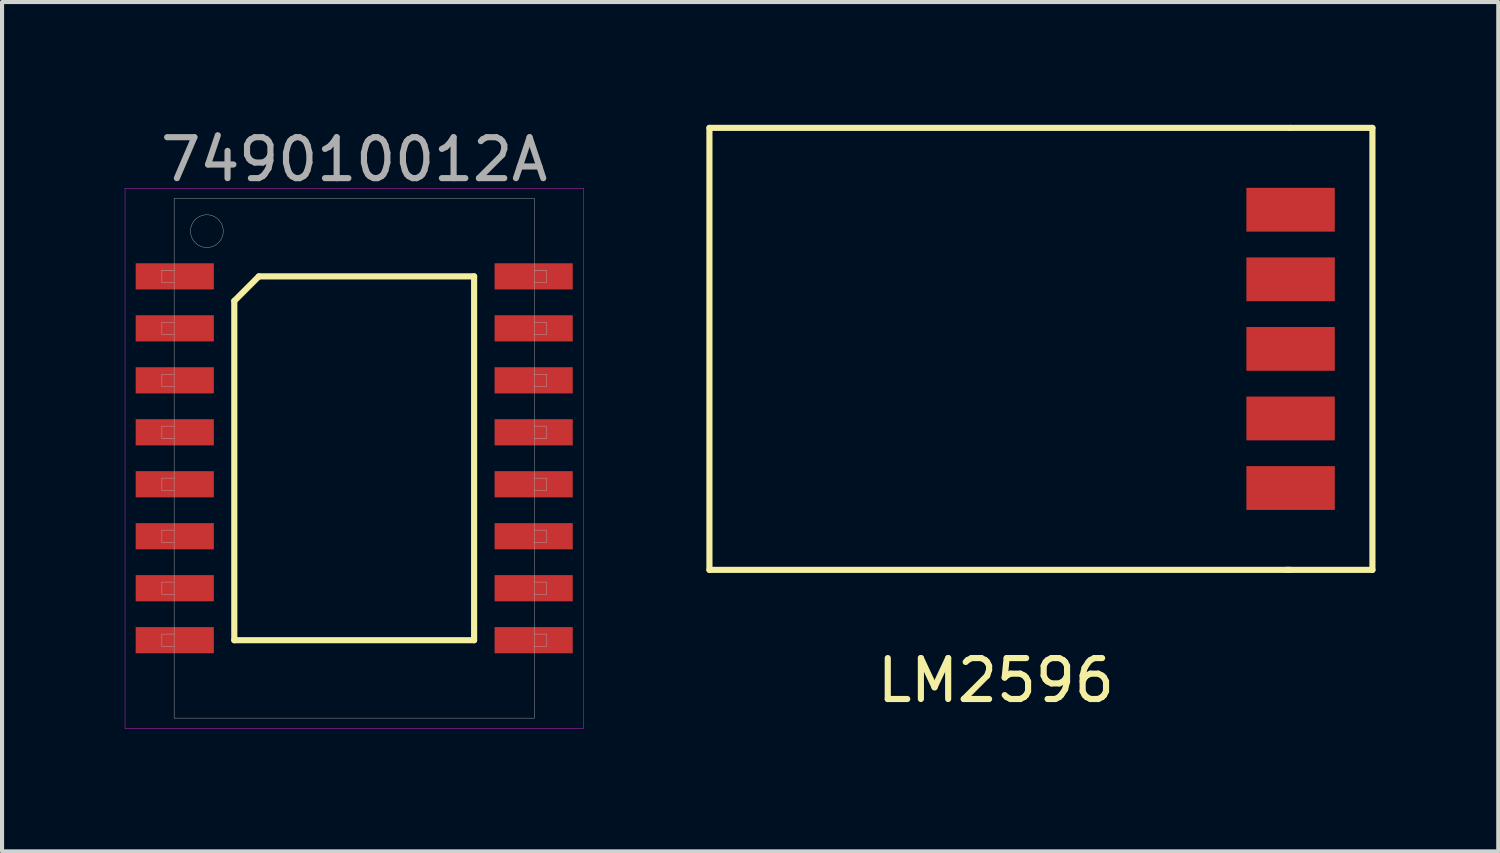
<source format=kicad_pcb>
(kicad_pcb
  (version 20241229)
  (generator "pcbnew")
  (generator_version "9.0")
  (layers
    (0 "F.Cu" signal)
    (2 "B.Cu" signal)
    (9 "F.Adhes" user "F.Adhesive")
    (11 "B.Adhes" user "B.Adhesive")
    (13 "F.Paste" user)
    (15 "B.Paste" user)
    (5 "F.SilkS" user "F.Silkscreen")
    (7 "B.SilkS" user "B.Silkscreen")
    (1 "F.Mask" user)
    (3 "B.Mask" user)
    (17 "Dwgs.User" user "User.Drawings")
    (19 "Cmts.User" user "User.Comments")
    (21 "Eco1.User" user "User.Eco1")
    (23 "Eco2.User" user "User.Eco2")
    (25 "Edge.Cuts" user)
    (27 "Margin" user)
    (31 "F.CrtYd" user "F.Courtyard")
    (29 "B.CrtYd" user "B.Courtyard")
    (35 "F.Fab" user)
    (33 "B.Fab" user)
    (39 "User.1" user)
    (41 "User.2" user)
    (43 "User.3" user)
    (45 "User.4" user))
  (footprint "LM2596"
    (layer "F.Cu")
    (at 28.485 5.475)
    (property "Reference" "LM2596" (at -7.2 8.1 0) (layer "F.SilkS") (effects (font (size 1 1) (thickness 0.15))))
    (attr through_hole)
    (fp_line (start -14.2 -5.4) (end -14.2 5.4) (stroke (width 0.15) (type solid)) (layer "F.SilkS"))
    (fp_line (start -14.2 5.4) (end 0 5.4) (stroke (width 0.15) (type solid)) (layer "F.SilkS"))
    (fp_line (start 0 -5.4) (end -14.2 -5.4) (stroke (width 0.15) (type solid)) (layer "F.SilkS"))
    (fp_line (start 0 -5.4) (end 2 -5.4) (stroke (width 0.15) (type solid)) (layer "F.SilkS"))
    (fp_line (start 2 -5.4) (end 2 5.4) (stroke (width 0.15) (type solid)) (layer "F.SilkS"))
    (fp_line (start 2 5.4) (end -0.1 5.4) (stroke (width 0.15) (type solid)) (layer "F.SilkS"))
    (pad "1" smd rect (at 0 3.4) (size 2.16 1.07) (layers "F.Cu" "F.Mask" "F.Paste"))
    (pad "2" smd rect (at 0 1.7) (size 2.16 1.07) (layers "F.Cu" "F.Mask" "F.Paste"))
    (pad "3" smd rect (at 0 0) (size 2.16 1.07) (layers "F.Cu" "F.Mask" "F.Paste"))
    (pad "4" smd rect (at 0 -1.7) (size 2.16 1.07) (layers "F.Cu" "F.Mask" "F.Paste"))
    (pad "5" smd rect (at 0 -3.4) (size 2.16 1.07) (layers "F.Cu" "F.Mask" "F.Paste")))
  (footprint "749010012A"
    (layer "F.Cu")
    (at 5.605 8.148)
    (property "Reference" "749010012A" (at 0 -7.3 0) (layer "F.Fab") (effects (font (size 1 1) (thickness 0.15))))
    (attr through_hole)
    (fp_line (start -2.93 -3.845) (end -2.33 -4.445) (stroke (width 0.15) (type solid)) (layer "F.SilkS"))
    (fp_line (start -2.93 4.445) (end -2.93 -3.845) (stroke (width 0.15) (type solid)) (layer "F.SilkS"))
    (fp_line (start -2.33 -4.445) (end 2.93 -4.445) (stroke (width 0.15) (type solid)) (layer "F.SilkS"))
    (fp_line (start 2.93 -4.445) (end 2.93 4.445) (stroke (width 0.15) (type solid)) (layer "F.SilkS"))
    (fp_line (start 2.93 4.445) (end -2.93 4.445) (stroke (width 0.15) (type solid)) (layer "F.SilkS"))
    (fp_line (start -5.6 -6.6) (end 5.6 -6.6) (stroke (width 0.01) (type solid)) (layer "F.CrtYd"))
    (fp_line (start -5.6 6.6) (end -5.6 -6.6) (stroke (width 0.01) (type solid)) (layer "F.CrtYd"))
    (fp_line (start 5.6 -6.6) (end 5.6 6.6) (stroke (width 0.01) (type solid)) (layer "F.CrtYd"))
    (fp_line (start 5.6 6.6) (end -5.6 6.6) (stroke (width 0.01) (type solid)) (layer "F.CrtYd"))
    (fp_line (start -4.7 -4.595) (end -4.4 -4.595) (stroke (width 0.01) (type solid)) (layer "F.Fab"))
    (fp_line (start -4.7 -4.295) (end -4.7 -4.595) (stroke (width 0.01) (type solid)) (layer "F.Fab"))
    (fp_line (start -4.7 -3.325) (end -4.4 -3.325) (stroke (width 0.01) (type solid)) (layer "F.Fab"))
    (fp_line (start -4.7 -3.025) (end -4.7 -3.325) (stroke (width 0.01) (type solid)) (layer "F.Fab"))
    (fp_line (start -4.7 -2.055) (end -4.4 -2.055) (stroke (width 0.01) (type solid)) (layer "F.Fab"))
    (fp_line (start -4.7 -1.755) (end -4.7 -2.055) (stroke (width 0.01) (type solid)) (layer "F.Fab"))
    (fp_line (start -4.7 -0.785) (end -4.4 -0.785) (stroke (width 0.01) (type solid)) (layer "F.Fab"))
    (fp_line (start -4.7 -0.485) (end -4.7 -0.785) (stroke (width 0.01) (type solid)) (layer "F.Fab"))
    (fp_line (start -4.7 0.485) (end -4.4 0.485) (stroke (width 0.01) (type solid)) (layer "F.Fab"))
    (fp_line (start -4.7 0.785) (end -4.7 0.485) (stroke (width 0.01) (type solid)) (layer "F.Fab"))
    (fp_line (start -4.7 1.755) (end -4.4 1.755) (stroke (width 0.01) (type solid)) (layer "F.Fab"))
    (fp_line (start -4.7 2.055) (end -4.7 1.755) (stroke (width 0.01) (type solid)) (layer "F.Fab"))
    (fp_line (start -4.7 3.025) (end -4.4 3.025) (stroke (width 0.01) (type solid)) (layer "F.Fab"))
    (fp_line (start -4.7 3.325) (end -4.7 3.025) (stroke (width 0.01) (type solid)) (layer "F.Fab"))
    (fp_line (start -4.7 4.295) (end -4.4 4.295) (stroke (width 0.01) (type solid)) (layer "F.Fab"))
    (fp_line (start -4.7 4.595) (end -4.7 4.295) (stroke (width 0.01) (type solid)) (layer "F.Fab"))
    (fp_line (start -4.4 -6.35) (end 4.4 -6.35) (stroke (width 0.01) (type solid)) (layer "F.Fab"))
    (fp_line (start -4.4 -4.295) (end -4.7 -4.295) (stroke (width 0.01) (type solid)) (layer "F.Fab"))
    (fp_line (start -4.4 -3.025) (end -4.7 -3.025) (stroke (width 0.01) (type solid)) (layer "F.Fab"))
    (fp_line (start -4.4 -1.755) (end -4.7 -1.755) (stroke (width 0.01) (type solid)) (layer "F.Fab"))
    (fp_line (start -4.4 -0.485) (end -4.7 -0.485) (stroke (width 0.01) (type solid)) (layer "F.Fab"))
    (fp_line (start -4.4 0.785) (end -4.7 0.785) (stroke (width 0.01) (type solid)) (layer "F.Fab"))
    (fp_line (start -4.4 2.055) (end -4.7 2.055) (stroke (width 0.01) (type solid)) (layer "F.Fab"))
    (fp_line (start -4.4 3.325) (end -4.7 3.325) (stroke (width 0.01) (type solid)) (layer "F.Fab"))
    (fp_line (start -4.4 4.595) (end -4.7 4.595) (stroke (width 0.01) (type solid)) (layer "F.Fab"))
    (fp_line (start -4.4 6.35) (end -4.4 -6.35) (stroke (width 0.01) (type solid)) (layer "F.Fab"))
    (fp_line (start 4.4 -6.35) (end 4.4 6.35) (stroke (width 0.01) (type solid)) (layer "F.Fab"))
    (fp_line (start 4.4 -4.595) (end 4.7 -4.595) (stroke (width 0.01) (type solid)) (layer "F.Fab"))
    (fp_line (start 4.4 -3.325) (end 4.7 -3.325) (stroke (width 0.01) (type solid)) (layer "F.Fab"))
    (fp_line (start 4.4 -2.055) (end 4.7 -2.055) (stroke (width 0.01) (type solid)) (layer "F.Fab"))
    (fp_line (start 4.4 -0.785) (end 4.7 -0.785) (stroke (width 0.01) (type solid)) (layer "F.Fab"))
    (fp_line (start 4.4 0.485) (end 4.7 0.485) (stroke (width 0.01) (type solid)) (layer "F.Fab"))
    (fp_line (start 4.4 1.755) (end 4.7 1.755) (stroke (width 0.01) (type solid)) (layer "F.Fab"))
    (fp_line (start 4.4 3.025) (end 4.7 3.025) (stroke (width 0.01) (type solid)) (layer "F.Fab"))
    (fp_line (start 4.4 4.295) (end 4.7 4.295) (stroke (width 0.01) (type solid)) (layer "F.Fab"))
    (fp_line (start 4.4 6.35) (end -4.4 6.35) (stroke (width 0.01) (type solid)) (layer "F.Fab"))
    (fp_line (start 4.7 -4.595) (end 4.7 -4.295) (stroke (width 0.01) (type solid)) (layer "F.Fab"))
    (fp_line (start 4.7 -4.295) (end 4.4 -4.295) (stroke (width 0.01) (type solid)) (layer "F.Fab"))
    (fp_line (start 4.7 -3.325) (end 4.7 -3.025) (stroke (width 0.01) (type solid)) (layer "F.Fab"))
    (fp_line (start 4.7 -3.025) (end 4.4 -3.025) (stroke (width 0.01) (type solid)) (layer "F.Fab"))
    (fp_line (start 4.7 -2.055) (end 4.7 -1.755) (stroke (width 0.01) (type solid)) (layer "F.Fab"))
    (fp_line (start 4.7 -1.755) (end 4.4 -1.755) (stroke (width 0.01) (type solid)) (layer "F.Fab"))
    (fp_line (start 4.7 -0.785) (end 4.7 -0.485) (stroke (width 0.01) (type solid)) (layer "F.Fab"))
    (fp_line (start 4.7 -0.485) (end 4.4 -0.485) (stroke (width 0.01) (type solid)) (layer "F.Fab"))
    (fp_line (start 4.7 0.485) (end 4.7 0.785) (stroke (width 0.01) (type solid)) (layer "F.Fab"))
    (fp_line (start 4.7 0.785) (end 4.4 0.785) (stroke (width 0.01) (type solid)) (layer "F.Fab"))
    (fp_line (start 4.7 1.755) (end 4.7 2.055) (stroke (width 0.01) (type solid)) (layer "F.Fab"))
    (fp_line (start 4.7 2.055) (end 4.4 2.055) (stroke (width 0.01) (type solid)) (layer "F.Fab"))
    (fp_line (start 4.7 3.025) (end 4.7 3.325) (stroke (width 0.01) (type solid)) (layer "F.Fab"))
    (fp_line (start 4.7 3.325) (end 4.4 3.325) (stroke (width 0.01) (type solid)) (layer "F.Fab"))
    (fp_line (start 4.7 4.295) (end 4.7 4.595) (stroke (width 0.01) (type solid)) (layer "F.Fab"))
    (fp_line (start 4.7 4.595) (end 4.4 4.595) (stroke (width 0.01) (type solid)) (layer "F.Fab"))
    (fp_circle (center -3.6 -5.55) (end -3.6 -5.15) (stroke (width 0.01) (type solid)) (fill no) (layer "F.Fab"))
    (pad "1" smd rect (at -4.385 -4.445) (size 1.91 0.64) (layers "F.Cu" "F.Mask" "F.Paste"))
    (pad "2" smd rect (at -4.385 -3.175) (size 1.91 0.64) (layers "F.Cu" "F.Mask" "F.Paste"))
    (pad "3" smd rect (at -4.385 -1.905) (size 1.91 0.64) (layers "F.Cu" "F.Mask" "F.Paste"))
    (pad "4" smd rect (at -4.385 -0.635) (size 1.91 0.64) (layers "F.Cu" "F.Mask" "F.Paste"))
    (pad "5" smd rect (at -4.385 0.635) (size 1.91 0.64) (layers "F.Cu" "F.Mask" "F.Paste"))
    (pad "6" smd rect (at -4.385 1.905) (size 1.91 0.64) (layers "F.Cu" "F.Mask" "F.Paste"))
    (pad "7" smd rect (at -4.385 3.175) (size 1.91 0.64) (layers "F.Cu" "F.Mask" "F.Paste"))
    (pad "8" smd rect (at -4.385 4.445) (size 1.91 0.64) (layers "F.Cu" "F.Mask" "F.Paste"))
    (pad "9" smd rect (at 4.385 4.445) (size 1.91 0.64) (layers "F.Cu" "F.Mask" "F.Paste"))
    (pad "10" smd rect (at 4.385 3.175) (size 1.91 0.64) (layers "F.Cu" "F.Mask" "F.Paste"))
    (pad "11" smd rect (at 4.385 1.905) (size 1.91 0.64) (layers "F.Cu" "F.Mask" "F.Paste"))
    (pad "12" smd rect (at 4.385 0.635) (size 1.91 0.64) (layers "F.Cu" "F.Mask" "F.Paste"))
    (pad "13" smd rect (at 4.385 -0.635) (size 1.91 0.64) (layers "F.Cu" "F.Mask" "F.Paste"))
    (pad "14" smd rect (at 4.385 -1.905) (size 1.91 0.64) (layers "F.Cu" "F.Mask" "F.Paste"))
    (pad "15" smd rect (at 4.385 -3.175) (size 1.91 0.64) (layers "F.Cu" "F.Mask" "F.Paste"))
    (pad "16" smd rect (at 4.385 -4.445) (size 1.91 0.64) (layers "F.Cu" "F.Mask" "F.Paste")))
  (gr_rect
    (start -3 -3)
    (end 33.56 17.753)
    (stroke (width 0.1) (type default))
    (fill no)
    (layer "Edge.Cuts")))
</source>
